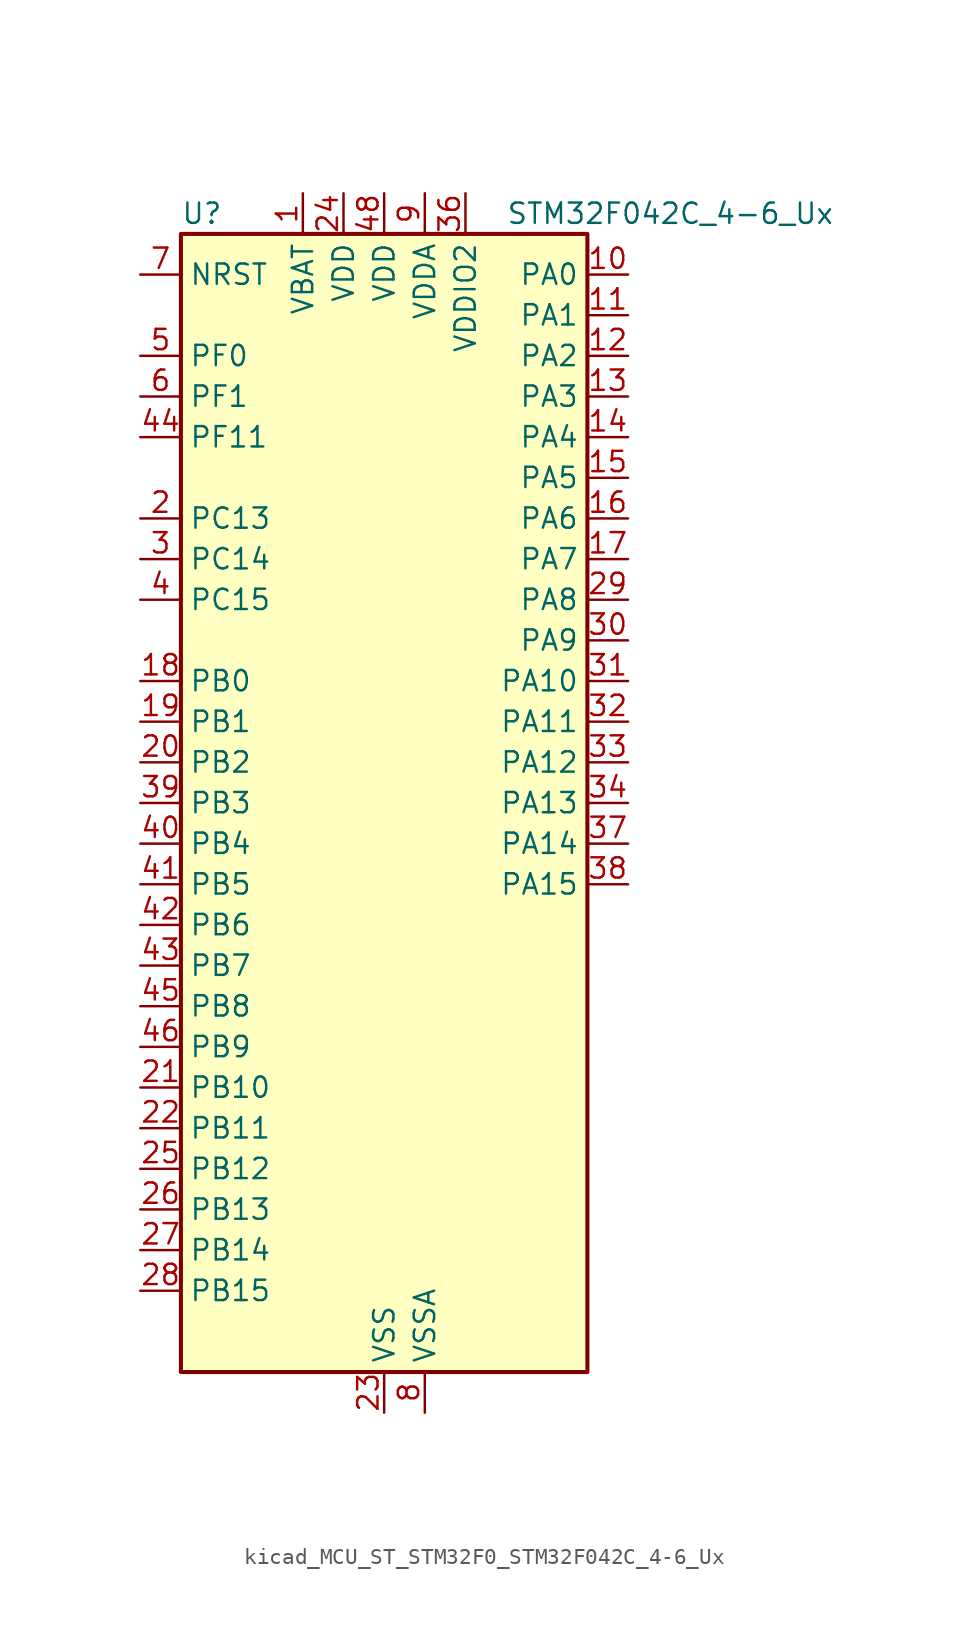
<source format=kicad_sym>
(kicad_symbol_lib
  (version 20220914)
  (generator kicad_symbol_editor)
  (symbol "kicad_MCU_ST_STM32F0_STM32F042C_4-6_Ux"
    (property "Reference" "U"
      (at -12.7 36.83 0)
      (effects (font (size 1.27 1.27)) (justify left)))
    (property "Value" "STM32F042C_4-6_Ux"
      (at 7.62 36.83 0)
      (effects (font (size 1.27 1.27)) (justify left)))
    (property "ki_locked" ""
      (at 0 0 0)
      (effects (font (size 1.27 1.27))))
    (symbol "kicad_MCU_ST_STM32F0_STM32F042C_4-6_Ux_0_1"
      (rectangle (start -12.7 -35.56) (end 12.7 35.56) (stroke (width 0.254) (type default)) (fill (type background))))
    (symbol "kicad_MCU_ST_STM32F0_STM32F042C_4-6_Ux_1_1"
      (pin power_in line (at -5.08 38.1 270) (length 2.54) (name "VBAT" (effects (font (size 1.27 1.27)))) (number "1" (effects (font (size 1.27 1.27)))))
      (pin bidirectional line (at 15.24 33.02 180) (length 2.54) (name "PA0" (effects (font (size 1.27 1.27)))) (number "10" (effects (font (size 1.27 1.27)))) (alternate "ADC_IN0" bidirectional line) (alternate "RTC_TAMP2" bidirectional line) (alternate "SYS_WKUP1" bidirectional line) (alternate "TIM2_CH1" bidirectional line) (alternate "TIM2_ETR" bidirectional line) (alternate "TSC_G1_IO1" bidirectional line) (alternate "USART2_CTS" bidirectional line))
      (pin bidirectional line (at 15.24 30.48 180) (length 2.54) (name "PA1" (effects (font (size 1.27 1.27)))) (number "11" (effects (font (size 1.27 1.27)))) (alternate "ADC_IN1" bidirectional line) (alternate "TIM2_CH2" bidirectional line) (alternate "TSC_G1_IO2" bidirectional line) (alternate "USART2_DE" bidirectional line) (alternate "USART2_RTS" bidirectional line))
      (pin bidirectional line (at 15.24 27.94 180) (length 2.54) (name "PA2" (effects (font (size 1.27 1.27)))) (number "12" (effects (font (size 1.27 1.27)))) (alternate "ADC_IN2" bidirectional line) (alternate "SYS_WKUP4" bidirectional line) (alternate "TIM2_CH3" bidirectional line) (alternate "TSC_G1_IO3" bidirectional line) (alternate "USART2_TX" bidirectional line))
      (pin bidirectional line (at 15.24 25.4 180) (length 2.54) (name "PA3" (effects (font (size 1.27 1.27)))) (number "13" (effects (font (size 1.27 1.27)))) (alternate "ADC_IN3" bidirectional line) (alternate "TIM2_CH4" bidirectional line) (alternate "TSC_G1_IO4" bidirectional line) (alternate "USART2_RX" bidirectional line))
      (pin bidirectional line (at 15.24 22.86 180) (length 2.54) (name "PA4" (effects (font (size 1.27 1.27)))) (number "14" (effects (font (size 1.27 1.27)))) (alternate "ADC_IN4" bidirectional line) (alternate "I2S1_WS" bidirectional line) (alternate "SPI1_NSS" bidirectional line) (alternate "TIM14_CH1" bidirectional line) (alternate "TSC_G2_IO1" bidirectional line) (alternate "USART2_CK" bidirectional line) (alternate "USB_NOE" bidirectional line))
      (pin bidirectional line (at 15.24 20.32 180) (length 2.54) (name "PA5" (effects (font (size 1.27 1.27)))) (number "15" (effects (font (size 1.27 1.27)))) (alternate "ADC_IN5" bidirectional line) (alternate "CEC" bidirectional line) (alternate "I2S1_CK" bidirectional line) (alternate "SPI1_SCK" bidirectional line) (alternate "TIM2_CH1" bidirectional line) (alternate "TIM2_ETR" bidirectional line) (alternate "TSC_G2_IO2" bidirectional line))
      (pin bidirectional line (at 15.24 17.78 180) (length 2.54) (name "PA6" (effects (font (size 1.27 1.27)))) (number "16" (effects (font (size 1.27 1.27)))) (alternate "ADC_IN6" bidirectional line) (alternate "I2S1_MCK" bidirectional line) (alternate "SPI1_MISO" bidirectional line) (alternate "TIM16_CH1" bidirectional line) (alternate "TIM1_BKIN" bidirectional line) (alternate "TIM3_CH1" bidirectional line) (alternate "TSC_G2_IO3" bidirectional line))
      (pin bidirectional line (at 15.24 15.24 180) (length 2.54) (name "PA7" (effects (font (size 1.27 1.27)))) (number "17" (effects (font (size 1.27 1.27)))) (alternate "ADC_IN7" bidirectional line) (alternate "I2S1_SD" bidirectional line) (alternate "SPI1_MOSI" bidirectional line) (alternate "TIM14_CH1" bidirectional line) (alternate "TIM17_CH1" bidirectional line) (alternate "TIM1_CH1N" bidirectional line) (alternate "TIM3_CH2" bidirectional line) (alternate "TSC_G2_IO4" bidirectional line))
      (pin bidirectional line (at -15.24 7.62 0) (length 2.54) (name "PB0" (effects (font (size 1.27 1.27)))) (number "18" (effects (font (size 1.27 1.27)))) (alternate "ADC_IN8" bidirectional line) (alternate "TIM1_CH2N" bidirectional line) (alternate "TIM3_CH3" bidirectional line) (alternate "TSC_G3_IO2" bidirectional line))
      (pin bidirectional line (at -15.24 5.08 0) (length 2.54) (name "PB1" (effects (font (size 1.27 1.27)))) (number "19" (effects (font (size 1.27 1.27)))) (alternate "ADC_IN9" bidirectional line) (alternate "TIM14_CH1" bidirectional line) (alternate "TIM1_CH3N" bidirectional line) (alternate "TIM3_CH4" bidirectional line) (alternate "TSC_G3_IO3" bidirectional line))
      (pin bidirectional line (at -15.24 17.78 0) (length 2.54) (name "PC13" (effects (font (size 1.27 1.27)))) (number "2" (effects (font (size 1.27 1.27)))) (alternate "RTC_OUT_ALARM" bidirectional line) (alternate "RTC_OUT_CALIB" bidirectional line) (alternate "RTC_TAMP1" bidirectional line) (alternate "RTC_TS" bidirectional line) (alternate "SYS_WKUP2" bidirectional line))
      (pin bidirectional line (at -15.24 2.54 0) (length 2.54) (name "PB2" (effects (font (size 1.27 1.27)))) (number "20" (effects (font (size 1.27 1.27)))) (alternate "TSC_G3_IO4" bidirectional line))
      (pin bidirectional line (at -15.24 -17.78 0) (length 2.54) (name "PB10" (effects (font (size 1.27 1.27)))) (number "21" (effects (font (size 1.27 1.27)))) (alternate "CEC" bidirectional line) (alternate "I2C1_SCL" bidirectional line) (alternate "SPI2_SCK" bidirectional line) (alternate "TIM2_CH3" bidirectional line) (alternate "TSC_SYNC" bidirectional line))
      (pin bidirectional line (at -15.24 -20.32 0) (length 2.54) (name "PB11" (effects (font (size 1.27 1.27)))) (number "22" (effects (font (size 1.27 1.27)))) (alternate "I2C1_SDA" bidirectional line) (alternate "TIM2_CH4" bidirectional line))
      (pin power_in line (at 0 -38.1 90) (length 2.54) (name "VSS" (effects (font (size 1.27 1.27)))) (number "23" (effects (font (size 1.27 1.27)))))
      (pin power_in line (at -2.54 38.1 270) (length 2.54) (name "VDD" (effects (font (size 1.27 1.27)))) (number "24" (effects (font (size 1.27 1.27)))))
      (pin bidirectional line (at -15.24 -22.86 0) (length 2.54) (name "PB12" (effects (font (size 1.27 1.27)))) (number "25" (effects (font (size 1.27 1.27)))) (alternate "SPI2_NSS" bidirectional line) (alternate "TIM1_BKIN" bidirectional line))
      (pin bidirectional line (at -15.24 -25.4 0) (length 2.54) (name "PB13" (effects (font (size 1.27 1.27)))) (number "26" (effects (font (size 1.27 1.27)))) (alternate "I2C1_SCL" bidirectional line) (alternate "SPI2_SCK" bidirectional line) (alternate "TIM1_CH1N" bidirectional line))
      (pin bidirectional line (at -15.24 -27.94 0) (length 2.54) (name "PB14" (effects (font (size 1.27 1.27)))) (number "27" (effects (font (size 1.27 1.27)))) (alternate "I2C1_SDA" bidirectional line) (alternate "SPI2_MISO" bidirectional line) (alternate "TIM1_CH2N" bidirectional line))
      (pin bidirectional line (at -15.24 -30.48 0) (length 2.54) (name "PB15" (effects (font (size 1.27 1.27)))) (number "28" (effects (font (size 1.27 1.27)))) (alternate "RTC_REFIN" bidirectional line) (alternate "SPI2_MOSI" bidirectional line) (alternate "SYS_WKUP7" bidirectional line) (alternate "TIM1_CH3N" bidirectional line))
      (pin bidirectional line (at 15.24 12.7 180) (length 2.54) (name "PA8" (effects (font (size 1.27 1.27)))) (number "29" (effects (font (size 1.27 1.27)))) (alternate "CRS_SYNC" bidirectional line) (alternate "RCC_MCO" bidirectional line) (alternate "TIM1_CH1" bidirectional line) (alternate "USART1_CK" bidirectional line))
      (pin bidirectional line (at -15.24 15.24 0) (length 2.54) (name "PC14" (effects (font (size 1.27 1.27)))) (number "3" (effects (font (size 1.27 1.27)))) (alternate "RCC_OSC32_IN" bidirectional line))
      (pin bidirectional line (at 15.24 10.16 180) (length 2.54) (name "PA9" (effects (font (size 1.27 1.27)))) (number "30" (effects (font (size 1.27 1.27)))) (alternate "I2C1_SCL" bidirectional line) (alternate "TIM1_CH2" bidirectional line) (alternate "TSC_G4_IO1" bidirectional line) (alternate "USART1_TX" bidirectional line))
      (pin bidirectional line (at 15.24 7.62 180) (length 2.54) (name "PA10" (effects (font (size 1.27 1.27)))) (number "31" (effects (font (size 1.27 1.27)))) (alternate "I2C1_SDA" bidirectional line) (alternate "TIM17_BKIN" bidirectional line) (alternate "TIM1_CH3" bidirectional line) (alternate "TSC_G4_IO2" bidirectional line) (alternate "USART1_RX" bidirectional line))
      (pin bidirectional line (at 15.24 5.08 180) (length 2.54) (name "PA11" (effects (font (size 1.27 1.27)))) (number "32" (effects (font (size 1.27 1.27)))) (alternate "CAN_RX" bidirectional line) (alternate "I2C1_SCL" bidirectional line) (alternate "TIM1_CH4" bidirectional line) (alternate "TSC_G4_IO3" bidirectional line) (alternate "USART1_CTS" bidirectional line) (alternate "USB_DM" bidirectional line))
      (pin bidirectional line (at 15.24 2.54 180) (length 2.54) (name "PA12" (effects (font (size 1.27 1.27)))) (number "33" (effects (font (size 1.27 1.27)))) (alternate "CAN_TX" bidirectional line) (alternate "I2C1_SDA" bidirectional line) (alternate "TIM1_ETR" bidirectional line) (alternate "TSC_G4_IO4" bidirectional line) (alternate "USART1_DE" bidirectional line) (alternate "USART1_RTS" bidirectional line) (alternate "USB_DP" bidirectional line))
      (pin bidirectional line (at 15.24 0 180) (length 2.54) (name "PA13" (effects (font (size 1.27 1.27)))) (number "34" (effects (font (size 1.27 1.27)))) (alternate "IR_OUT" bidirectional line) (alternate "SYS_SWDIO" bidirectional line) (alternate "USB_NOE" bidirectional line))
      (pin passive line (at 0 -38.1 90) (length 2.54) hide (name "VSS" (effects (font (size 1.27 1.27)))) (number "35" (effects (font (size 1.27 1.27)))))
      (pin power_in line (at 5.08 38.1 270) (length 2.54) (name "VDDIO2" (effects (font (size 1.27 1.27)))) (number "36" (effects (font (size 1.27 1.27)))))
      (pin bidirectional line (at 15.24 -2.54 180) (length 2.54) (name "PA14" (effects (font (size 1.27 1.27)))) (number "37" (effects (font (size 1.27 1.27)))) (alternate "SYS_SWCLK" bidirectional line) (alternate "USART2_TX" bidirectional line))
      (pin bidirectional line (at 15.24 -5.08 180) (length 2.54) (name "PA15" (effects (font (size 1.27 1.27)))) (number "38" (effects (font (size 1.27 1.27)))) (alternate "I2S1_WS" bidirectional line) (alternate "SPI1_NSS" bidirectional line) (alternate "TIM2_CH1" bidirectional line) (alternate "TIM2_ETR" bidirectional line) (alternate "USART2_RX" bidirectional line) (alternate "USB_NOE" bidirectional line))
      (pin bidirectional line (at -15.24 0 0) (length 2.54) (name "PB3" (effects (font (size 1.27 1.27)))) (number "39" (effects (font (size 1.27 1.27)))) (alternate "I2S1_CK" bidirectional line) (alternate "SPI1_SCK" bidirectional line) (alternate "TIM2_CH2" bidirectional line) (alternate "TSC_G5_IO1" bidirectional line))
      (pin bidirectional line (at -15.24 12.7 0) (length 2.54) (name "PC15" (effects (font (size 1.27 1.27)))) (number "4" (effects (font (size 1.27 1.27)))) (alternate "RCC_OSC32_OUT" bidirectional line))
      (pin bidirectional line (at -15.24 -2.54 0) (length 2.54) (name "PB4" (effects (font (size 1.27 1.27)))) (number "40" (effects (font (size 1.27 1.27)))) (alternate "I2S1_MCK" bidirectional line) (alternate "SPI1_MISO" bidirectional line) (alternate "TIM17_BKIN" bidirectional line) (alternate "TIM3_CH1" bidirectional line) (alternate "TSC_G5_IO2" bidirectional line))
      (pin bidirectional line (at -15.24 -5.08 0) (length 2.54) (name "PB5" (effects (font (size 1.27 1.27)))) (number "41" (effects (font (size 1.27 1.27)))) (alternate "I2C1_SMBA" bidirectional line) (alternate "I2S1_SD" bidirectional line) (alternate "SPI1_MOSI" bidirectional line) (alternate "SYS_WKUP6" bidirectional line) (alternate "TIM16_BKIN" bidirectional line) (alternate "TIM3_CH2" bidirectional line))
      (pin bidirectional line (at -15.24 -7.62 0) (length 2.54) (name "PB6" (effects (font (size 1.27 1.27)))) (number "42" (effects (font (size 1.27 1.27)))) (alternate "I2C1_SCL" bidirectional line) (alternate "TIM16_CH1N" bidirectional line) (alternate "TSC_G5_IO3" bidirectional line) (alternate "USART1_TX" bidirectional line))
      (pin bidirectional line (at -15.24 -10.16 0) (length 2.54) (name "PB7" (effects (font (size 1.27 1.27)))) (number "43" (effects (font (size 1.27 1.27)))) (alternate "I2C1_SDA" bidirectional line) (alternate "TIM17_CH1N" bidirectional line) (alternate "TSC_G5_IO4" bidirectional line) (alternate "USART1_RX" bidirectional line))
      (pin bidirectional line (at -15.24 22.86 0) (length 2.54) (name "PF11" (effects (font (size 1.27 1.27)))) (number "44" (effects (font (size 1.27 1.27)))))
      (pin bidirectional line (at -15.24 -12.7 0) (length 2.54) (name "PB8" (effects (font (size 1.27 1.27)))) (number "45" (effects (font (size 1.27 1.27)))) (alternate "CAN_RX" bidirectional line) (alternate "CEC" bidirectional line) (alternate "I2C1_SCL" bidirectional line) (alternate "TIM16_CH1" bidirectional line) (alternate "TSC_SYNC" bidirectional line))
      (pin bidirectional line (at -15.24 -15.24 0) (length 2.54) (name "PB9" (effects (font (size 1.27 1.27)))) (number "46" (effects (font (size 1.27 1.27)))) (alternate "CAN_TX" bidirectional line) (alternate "I2C1_SDA" bidirectional line) (alternate "IR_OUT" bidirectional line) (alternate "SPI2_NSS" bidirectional line) (alternate "TIM17_CH1" bidirectional line))
      (pin passive line (at 0 -38.1 90) (length 2.54) hide (name "VSS" (effects (font (size 1.27 1.27)))) (number "47" (effects (font (size 1.27 1.27)))))
      (pin power_in line (at 0 38.1 270) (length 2.54) (name "VDD" (effects (font (size 1.27 1.27)))) (number "48" (effects (font (size 1.27 1.27)))))
      (pin passive line (at 0 -38.1 90) (length 2.54) hide (name "VSS" (effects (font (size 1.27 1.27)))) (number "49" (effects (font (size 1.27 1.27)))))
      (pin bidirectional line (at -15.24 27.94 0) (length 2.54) (name "PF0" (effects (font (size 1.27 1.27)))) (number "5" (effects (font (size 1.27 1.27)))) (alternate "CRS_SYNC" bidirectional line) (alternate "I2C1_SDA" bidirectional line) (alternate "RCC_OSC_IN" bidirectional line))
      (pin bidirectional line (at -15.24 25.4 0) (length 2.54) (name "PF1" (effects (font (size 1.27 1.27)))) (number "6" (effects (font (size 1.27 1.27)))) (alternate "I2C1_SCL" bidirectional line) (alternate "RCC_OSC_OUT" bidirectional line))
      (pin input line (at -15.24 33.02 0) (length 2.54) (name "NRST" (effects (font (size 1.27 1.27)))) (number "7" (effects (font (size 1.27 1.27)))))
      (pin power_in line (at 2.54 -38.1 90) (length 2.54) (name "VSSA" (effects (font (size 1.27 1.27)))) (number "8" (effects (font (size 1.27 1.27)))))
      (pin power_in line (at 2.54 38.1 270) (length 2.54) (name "VDDA" (effects (font (size 1.27 1.27)))) (number "9" (effects (font (size 1.27 1.27))))))))
</source>
